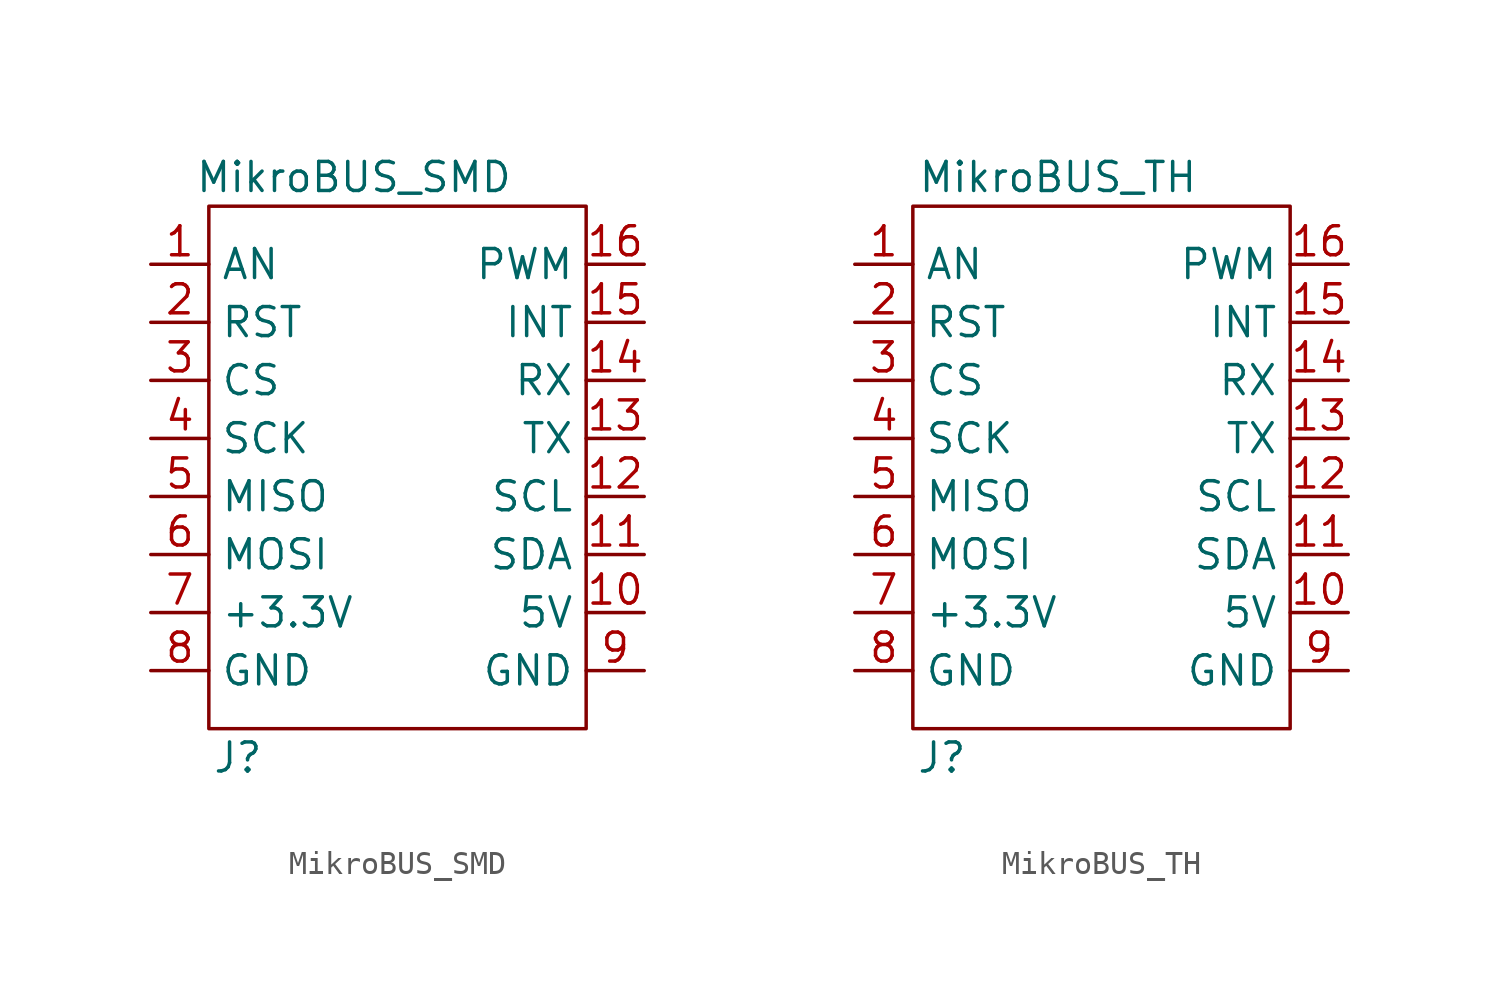
<source format=kicad_sym>
(kicad_symbol_lib
  (version 20210619)
  (generator kicad_symbol_editor)
  (symbol "MikroBUS:MikroBUS_SMD"
    (property "Reference" "J"
      (at -7.62 -12.7 0)
      (effects (font (size 1.27 1.27))))
    (property "Value" "MikroBUS_SMD"
      (at -2.54 12.7 0)
      (effects (font (size 1.27 1.27))))
    (symbol "MikroBUS_SMD_0_1"
      (rectangle (start -8.89 11.43) (end 7.62 -11.43) (stroke (width 0.152)) (fill (type none))))
    (symbol "MikroBUS_SMD_1_1"
      (pin unspecified line (at -11.43 8.89 0) (length 2.54) (name "AN" (effects (font (size 1.27 1.27)))) (number "1" (effects (font (size 1.27 1.27)))))
      (pin unspecified line (at 10.16 -6.35 180) (length 2.54) (name "5V" (effects (font (size 1.27 1.27)))) (number "10" (effects (font (size 1.27 1.27)))))
      (pin unspecified line (at 10.16 -3.81 180) (length 2.54) (name "SDA" (effects (font (size 1.27 1.27)))) (number "11" (effects (font (size 1.27 1.27)))))
      (pin unspecified line (at 10.16 -1.27 180) (length 2.54) (name "SCL" (effects (font (size 1.27 1.27)))) (number "12" (effects (font (size 1.27 1.27)))))
      (pin unspecified line (at 10.16 1.27 180) (length 2.54) (name "TX" (effects (font (size 1.27 1.27)))) (number "13" (effects (font (size 1.27 1.27)))))
      (pin unspecified line (at 10.16 3.81 180) (length 2.54) (name "RX" (effects (font (size 1.27 1.27)))) (number "14" (effects (font (size 1.27 1.27)))))
      (pin unspecified line (at 10.16 6.35 180) (length 2.54) (name "INT" (effects (font (size 1.27 1.27)))) (number "15" (effects (font (size 1.27 1.27)))))
      (pin unspecified line (at 10.16 8.89 180) (length 2.54) (name "PWM" (effects (font (size 1.27 1.27)))) (number "16" (effects (font (size 1.27 1.27)))))
      (pin unspecified line (at -11.43 6.35 0) (length 2.54) (name "RST" (effects (font (size 1.27 1.27)))) (number "2" (effects (font (size 1.27 1.27)))))
      (pin unspecified line (at -11.43 3.81 0) (length 2.54) (name "CS" (effects (font (size 1.27 1.27)))) (number "3" (effects (font (size 1.27 1.27)))))
      (pin unspecified line (at -11.43 1.27 0) (length 2.54) (name "SCK" (effects (font (size 1.27 1.27)))) (number "4" (effects (font (size 1.27 1.27)))))
      (pin unspecified line (at -11.43 -1.27 0) (length 2.54) (name "MISO" (effects (font (size 1.27 1.27)))) (number "5" (effects (font (size 1.27 1.27)))))
      (pin unspecified line (at -11.43 -3.81 0) (length 2.54) (name "MOSI" (effects (font (size 1.27 1.27)))) (number "6" (effects (font (size 1.27 1.27)))))
      (pin unspecified line (at -11.43 -6.35 0) (length 2.54) (name "+3.3V" (effects (font (size 1.27 1.27)))) (number "7" (effects (font (size 1.27 1.27)))))
      (pin unspecified line (at -11.43 -8.89 0) (length 2.54) (name "GND" (effects (font (size 1.27 1.27)))) (number "8" (effects (font (size 1.27 1.27)))))
      (pin unspecified line (at 10.16 -8.89 180) (length 2.54) (name "GND" (effects (font (size 1.27 1.27)))) (number "9" (effects (font (size 1.27 1.27)))))))
  (symbol "MikroBUS:MikroBUS_TH"
    (property "Reference" "J"
      (at -7.62 -12.7 0)
      (effects (font (size 1.27 1.27))))
    (property "Value" "MikroBUS_TH"
      (at -2.54 12.7 0)
      (effects (font (size 1.27 1.27))))
    (symbol "MikroBUS_TH_0_1"
      (rectangle (start -8.89 11.43) (end 7.62 -11.43) (stroke (width 0.152)) (fill (type none))))
    (symbol "MikroBUS_TH_1_1"
      (pin unspecified line (at -11.43 8.89 0) (length 2.54) (name "AN" (effects (font (size 1.27 1.27)))) (number "1" (effects (font (size 1.27 1.27)))))
      (pin unspecified line (at 10.16 -6.35 180) (length 2.54) (name "5V" (effects (font (size 1.27 1.27)))) (number "10" (effects (font (size 1.27 1.27)))))
      (pin unspecified line (at 10.16 -3.81 180) (length 2.54) (name "SDA" (effects (font (size 1.27 1.27)))) (number "11" (effects (font (size 1.27 1.27)))))
      (pin unspecified line (at 10.16 -1.27 180) (length 2.54) (name "SCL" (effects (font (size 1.27 1.27)))) (number "12" (effects (font (size 1.27 1.27)))))
      (pin unspecified line (at 10.16 1.27 180) (length 2.54) (name "TX" (effects (font (size 1.27 1.27)))) (number "13" (effects (font (size 1.27 1.27)))))
      (pin unspecified line (at 10.16 3.81 180) (length 2.54) (name "RX" (effects (font (size 1.27 1.27)))) (number "14" (effects (font (size 1.27 1.27)))))
      (pin unspecified line (at 10.16 6.35 180) (length 2.54) (name "INT" (effects (font (size 1.27 1.27)))) (number "15" (effects (font (size 1.27 1.27)))))
      (pin unspecified line (at 10.16 8.89 180) (length 2.54) (name "PWM" (effects (font (size 1.27 1.27)))) (number "16" (effects (font (size 1.27 1.27)))))
      (pin unspecified line (at -11.43 6.35 0) (length 2.54) (name "RST" (effects (font (size 1.27 1.27)))) (number "2" (effects (font (size 1.27 1.27)))))
      (pin unspecified line (at -11.43 3.81 0) (length 2.54) (name "CS" (effects (font (size 1.27 1.27)))) (number "3" (effects (font (size 1.27 1.27)))))
      (pin unspecified line (at -11.43 1.27 0) (length 2.54) (name "SCK" (effects (font (size 1.27 1.27)))) (number "4" (effects (font (size 1.27 1.27)))))
      (pin unspecified line (at -11.43 -1.27 0) (length 2.54) (name "MISO" (effects (font (size 1.27 1.27)))) (number "5" (effects (font (size 1.27 1.27)))))
      (pin unspecified line (at -11.43 -3.81 0) (length 2.54) (name "MOSI" (effects (font (size 1.27 1.27)))) (number "6" (effects (font (size 1.27 1.27)))))
      (pin unspecified line (at -11.43 -6.35 0) (length 2.54) (name "+3.3V" (effects (font (size 1.27 1.27)))) (number "7" (effects (font (size 1.27 1.27)))))
      (pin unspecified line (at -11.43 -8.89 0) (length 2.54) (name "GND" (effects (font (size 1.27 1.27)))) (number "8" (effects (font (size 1.27 1.27)))))
      (pin unspecified line (at 10.16 -8.89 180) (length 2.54) (name "GND" (effects (font (size 1.27 1.27)))) (number "9" (effects (font (size 1.27 1.27))))))))
</source>
